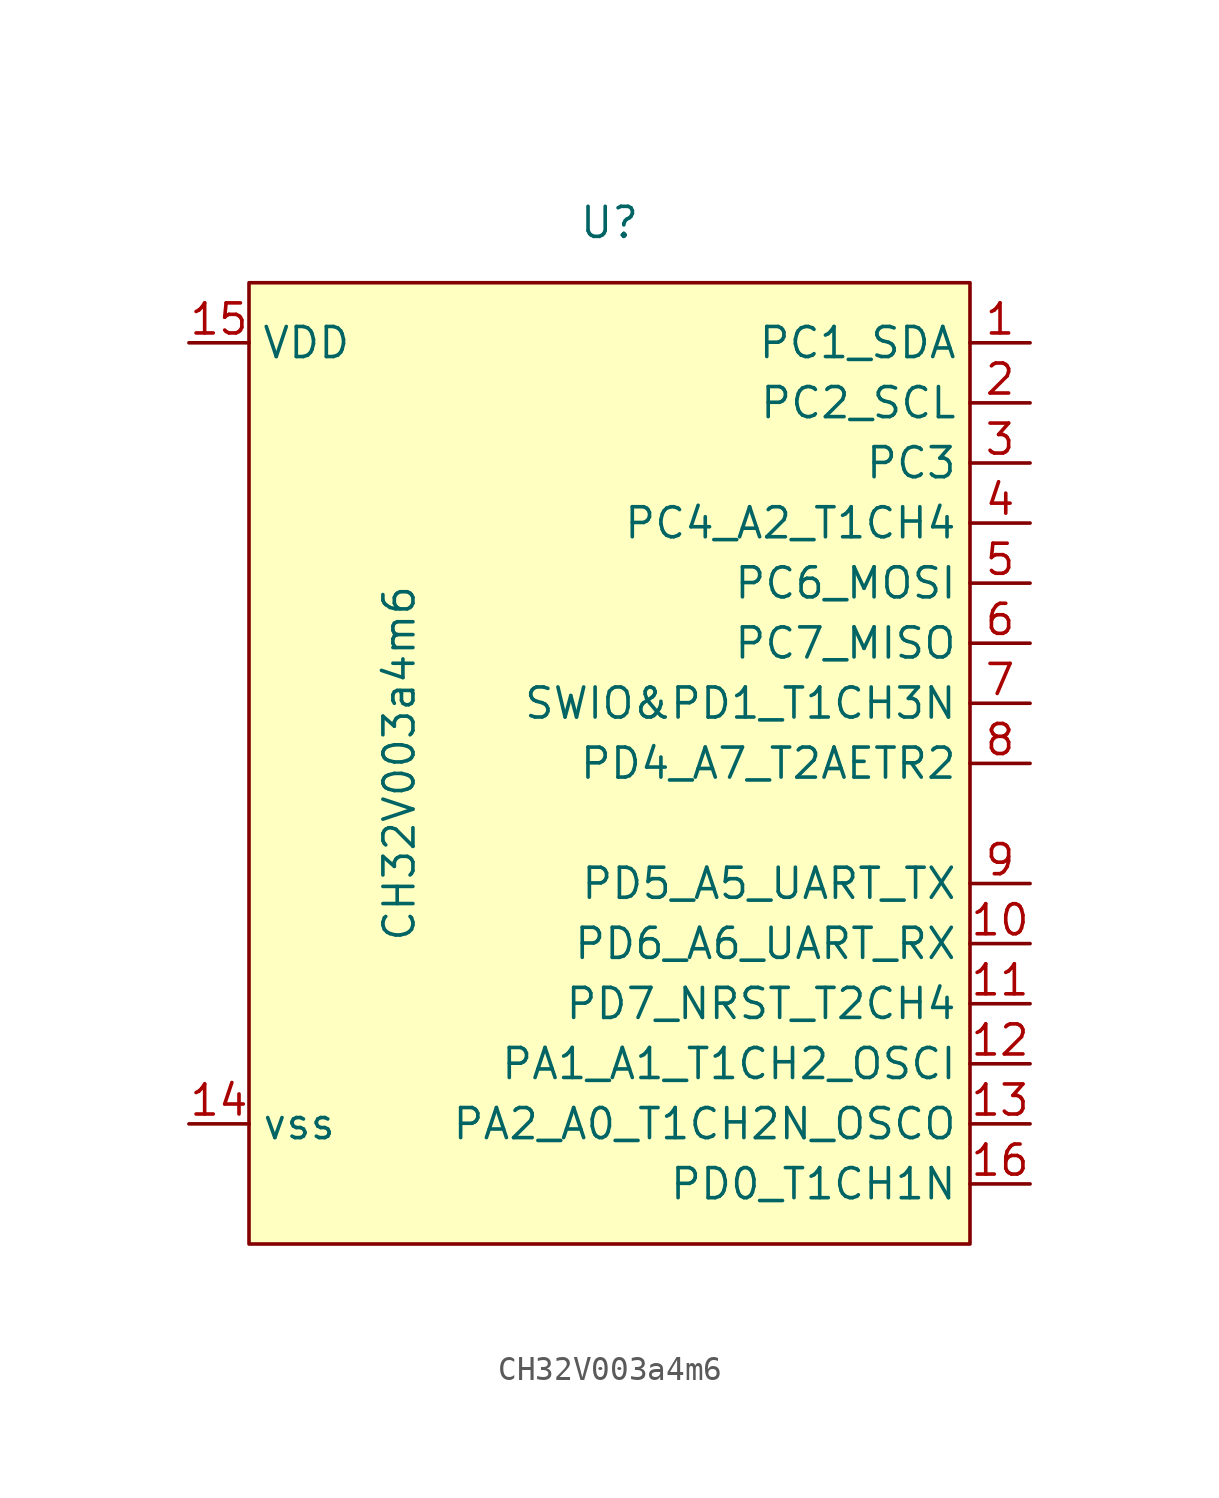
<source format=kicad_sym>
(kicad_symbol_lib
  (version 20220914)
  (generator kicad_symbol_editor)
  (symbol "CH32V003a4m6"
    (property "Reference" "U"
      (at 0 20.32 0)
      (effects (font (size 1.27 1.27))))
    (property "Value" "CH32V003a4m6"
      (at -8.89 -2.54 90)
      (effects (font (size 1.27 1.27))))
    (symbol "CH32V003a4m6_1_1"
      (rectangle (start -15.24 17.78) (end 15.24 -22.86) (stroke (width 0) (type default)) (fill (type background)))
      (pin bidirectional line (at 17.78 15.24 180) (length 2.54) (name "PC1_SDA" (effects (font (size 1.27 1.27)))) (number "1" (effects (font (size 1.27 1.27)))))
      (pin bidirectional line (at 17.78 -10.16 180) (length 2.54) (name "PD6_A6_UART_RX" (effects (font (size 1.27 1.27)))) (number "10" (effects (font (size 1.27 1.27)))))
      (pin bidirectional line (at 17.78 -12.7 180) (length 2.54) (name "PD7_NRST_T2CH4" (effects (font (size 1.27 1.27)))) (number "11" (effects (font (size 1.27 1.27)))))
      (pin bidirectional line (at 17.78 -15.24 180) (length 2.54) (name "PA1_A1_T1CH2_OSCI" (effects (font (size 1.27 1.27)))) (number "12" (effects (font (size 1.27 1.27)))))
      (pin bidirectional line (at 17.78 -17.78 180) (length 2.54) (name "PA2_A0_T1CH2N_OSCO" (effects (font (size 1.27 1.27)))) (number "13" (effects (font (size 1.27 1.27)))))
      (pin power_in line (at -17.78 -17.78 0) (length 2.54) (name "vss" (effects (font (size 1.27 1.27)))) (number "14" (effects (font (size 1.27 1.27)))))
      (pin power_in line (at -17.78 15.24 0) (length 2.54) (name "VDD" (effects (font (size 1.27 1.27)))) (number "15" (effects (font (size 1.27 1.27)))))
      (pin bidirectional line (at 17.78 -20.32 180) (length 2.54) (name "PD0_T1CH1N" (effects (font (size 1.27 1.27)))) (number "16" (effects (font (size 1.27 1.27)))))
      (pin bidirectional line (at 17.78 12.7 180) (length 2.54) (name "PC2_SCL" (effects (font (size 1.27 1.27)))) (number "2" (effects (font (size 1.27 1.27)))))
      (pin bidirectional line (at 17.78 10.16 180) (length 2.54) (name "PC3" (effects (font (size 1.27 1.27)))) (number "3" (effects (font (size 1.27 1.27)))))
      (pin bidirectional line (at 17.78 7.62 180) (length 2.54) (name "PC4_A2_T1CH4" (effects (font (size 1.27 1.27)))) (number "4" (effects (font (size 1.27 1.27)))))
      (pin bidirectional line (at 17.78 5.08 180) (length 2.54) (name "PC6_MOSI" (effects (font (size 1.27 1.27)))) (number "5" (effects (font (size 1.27 1.27)))))
      (pin bidirectional line (at 17.78 2.54 180) (length 2.54) (name "PC7_MISO" (effects (font (size 1.27 1.27)))) (number "6" (effects (font (size 1.27 1.27)))))
      (pin bidirectional line (at 17.78 0 180) (length 2.54) (name "SWIO&PD1_T1CH3N" (effects (font (size 1.27 1.27)))) (number "7" (effects (font (size 1.27 1.27)))))
      (pin bidirectional line (at 17.78 -2.54 180) (length 2.54) (name "PD4_A7_T2AETR2" (effects (font (size 1.27 1.27)))) (number "8" (effects (font (size 1.27 1.27)))))
      (pin bidirectional line (at 17.78 -7.62 180) (length 2.54) (name "PD5_A5_UART_TX" (effects (font (size 1.27 1.27)))) (number "9" (effects (font (size 1.27 1.27))))))))
</source>
